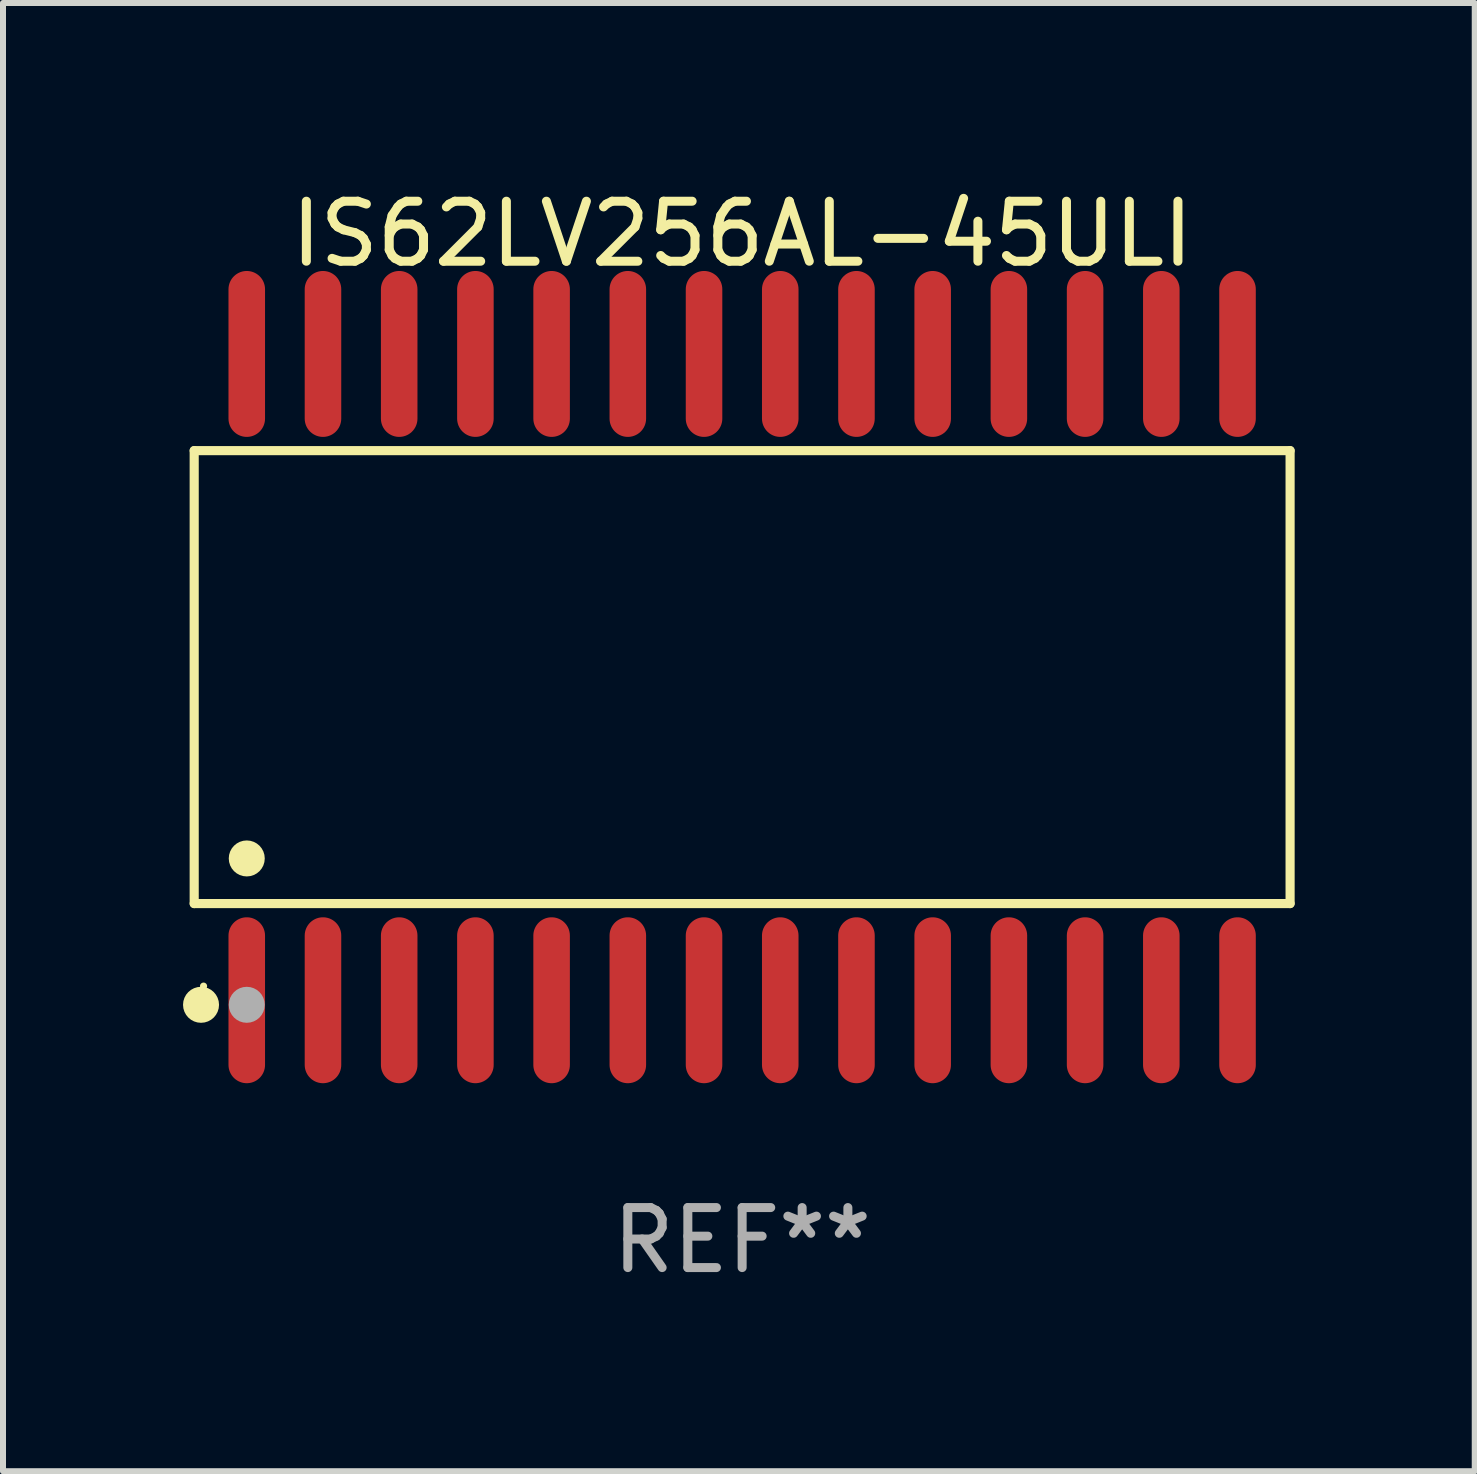
<source format=kicad_pcb>
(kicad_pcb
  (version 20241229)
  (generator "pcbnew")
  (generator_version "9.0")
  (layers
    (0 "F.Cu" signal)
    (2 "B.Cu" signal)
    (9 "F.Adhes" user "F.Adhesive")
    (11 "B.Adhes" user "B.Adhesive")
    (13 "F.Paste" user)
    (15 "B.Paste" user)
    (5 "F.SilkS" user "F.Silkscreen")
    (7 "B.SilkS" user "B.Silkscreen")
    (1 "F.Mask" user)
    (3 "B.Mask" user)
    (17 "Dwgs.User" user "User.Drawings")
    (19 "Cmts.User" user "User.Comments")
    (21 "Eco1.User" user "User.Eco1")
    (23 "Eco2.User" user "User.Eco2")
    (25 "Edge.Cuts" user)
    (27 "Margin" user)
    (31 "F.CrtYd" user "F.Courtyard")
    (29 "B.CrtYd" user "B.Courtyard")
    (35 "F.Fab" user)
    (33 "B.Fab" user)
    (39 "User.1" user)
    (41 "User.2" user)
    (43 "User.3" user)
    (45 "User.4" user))
  (footprint "IS62LV256AL-45ULI"
    (layer "F.Cu")
    (at 9.317 8.233)
    (property "Reference" "IS62LV256AL-45ULI" (at 0 -7.385 0) (layer "F.SilkS") (effects (font (size 1 1) (thickness 0.15))))
    (attr through_hole)
    (fp_line (start -9.131 -3.774) (end 9.131 -3.774) (stroke (width 0.152) (type solid)) (layer "F.SilkS"))
    (fp_line (start -9.131 3.774) (end -9.131 -3.774) (stroke (width 0.152) (type solid)) (layer "F.SilkS"))
    (fp_line (start 9.131 -3.774) (end 9.131 3.774) (stroke (width 0.152) (type solid)) (layer "F.SilkS"))
    (fp_line (start 9.131 3.774) (end -9.131 3.774) (stroke (width 0.152) (type solid)) (layer "F.SilkS"))
    (fp_circle (center -9.017 5.461) (end -8.867 5.461) (stroke (width 0.3) (type solid)) (fill no) (layer "F.SilkS"))
    (fp_circle (center -8.975 5.15) (end -8.945 5.15) (stroke (width 0.06) (type solid)) (fill no) (layer "F.SilkS"))
    (fp_circle (center -8.255 3.022) (end -8.105 3.022) (stroke (width 0.3) (type solid)) (fill no) (layer "F.SilkS"))
    (fp_circle (center -8.255 5.461) (end -8.105 5.461) (stroke (width 0.3) (type solid)) (fill no) (layer "F.Fab"))
    (fp_text user "REF**" (at 0 9.385 0) (layer "F.Fab") (effects (font (size 1 1) (thickness 0.15))))
    (pad "1" smd oval (at -8.255 5.385) (size 0.609 2.765) (layers "F.Cu" "F.Mask" "F.Paste"))
    (pad "2" smd oval (at -6.985 5.385) (size 0.609 2.765) (layers "F.Cu" "F.Mask" "F.Paste"))
    (pad "3" smd oval (at -5.715 5.385) (size 0.609 2.765) (layers "F.Cu" "F.Mask" "F.Paste"))
    (pad "4" smd oval (at -4.445 5.385) (size 0.609 2.765) (layers "F.Cu" "F.Mask" "F.Paste"))
    (pad "5" smd oval (at -3.175 5.385) (size 0.609 2.765) (layers "F.Cu" "F.Mask" "F.Paste"))
    (pad "6" smd oval (at -1.905 5.385) (size 0.609 2.765) (layers "F.Cu" "F.Mask" "F.Paste"))
    (pad "7" smd oval (at -0.635 5.385) (size 0.609 2.765) (layers "F.Cu" "F.Mask" "F.Paste"))
    (pad "8" smd oval (at 0.635 5.385) (size 0.609 2.765) (layers "F.Cu" "F.Mask" "F.Paste"))
    (pad "9" smd oval (at 1.905 5.385) (size 0.609 2.765) (layers "F.Cu" "F.Mask" "F.Paste"))
    (pad "10" smd oval (at 3.175 5.385) (size 0.609 2.765) (layers "F.Cu" "F.Mask" "F.Paste"))
    (pad "11" smd oval (at 4.445 5.385) (size 0.609 2.765) (layers "F.Cu" "F.Mask" "F.Paste"))
    (pad "12" smd oval (at 5.715 5.385) (size 0.609 2.765) (layers "F.Cu" "F.Mask" "F.Paste"))
    (pad "13" smd oval (at 6.985 5.385) (size 0.609 2.765) (layers "F.Cu" "F.Mask" "F.Paste"))
    (pad "14" smd oval (at 8.255 5.385) (size 0.609 2.765) (layers "F.Cu" "F.Mask" "F.Paste"))
    (pad "15" smd oval (at 8.255 -5.385) (size 0.609 2.765) (layers "F.Cu" "F.Mask" "F.Paste"))
    (pad "16" smd oval (at 6.985 -5.385) (size 0.609 2.765) (layers "F.Cu" "F.Mask" "F.Paste"))
    (pad "17" smd oval (at 5.715 -5.385) (size 0.609 2.765) (layers "F.Cu" "F.Mask" "F.Paste"))
    (pad "18" smd oval (at 4.445 -5.385) (size 0.609 2.765) (layers "F.Cu" "F.Mask" "F.Paste"))
    (pad "19" smd oval (at 3.175 -5.385) (size 0.609 2.765) (layers "F.Cu" "F.Mask" "F.Paste"))
    (pad "20" smd oval (at 1.905 -5.385) (size 0.609 2.765) (layers "F.Cu" "F.Mask" "F.Paste"))
    (pad "21" smd oval (at 0.635 -5.385) (size 0.609 2.765) (layers "F.Cu" "F.Mask" "F.Paste"))
    (pad "22" smd oval (at -0.635 -5.385) (size 0.609 2.765) (layers "F.Cu" "F.Mask" "F.Paste"))
    (pad "23" smd oval (at -1.905 -5.385) (size 0.609 2.765) (layers "F.Cu" "F.Mask" "F.Paste"))
    (pad "24" smd oval (at -3.175 -5.385) (size 0.609 2.765) (layers "F.Cu" "F.Mask" "F.Paste"))
    (pad "25" smd oval (at -4.445 -5.385) (size 0.609 2.765) (layers "F.Cu" "F.Mask" "F.Paste"))
    (pad "26" smd oval (at -5.715 -5.385) (size 0.609 2.765) (layers "F.Cu" "F.Mask" "F.Paste"))
    (pad "27" smd oval (at -6.985 -5.385) (size 0.609 2.765) (layers "F.Cu" "F.Mask" "F.Paste"))
    (pad "28" smd oval (at -8.255 -5.385) (size 0.609 2.765) (layers "F.Cu" "F.Mask" "F.Paste")))
  (gr_rect
    (start -3 -3)
    (end 21.525 21.466)
    (stroke (width 0.1) (type default))
    (fill no)
    (layer "Edge.Cuts")))
</source>
